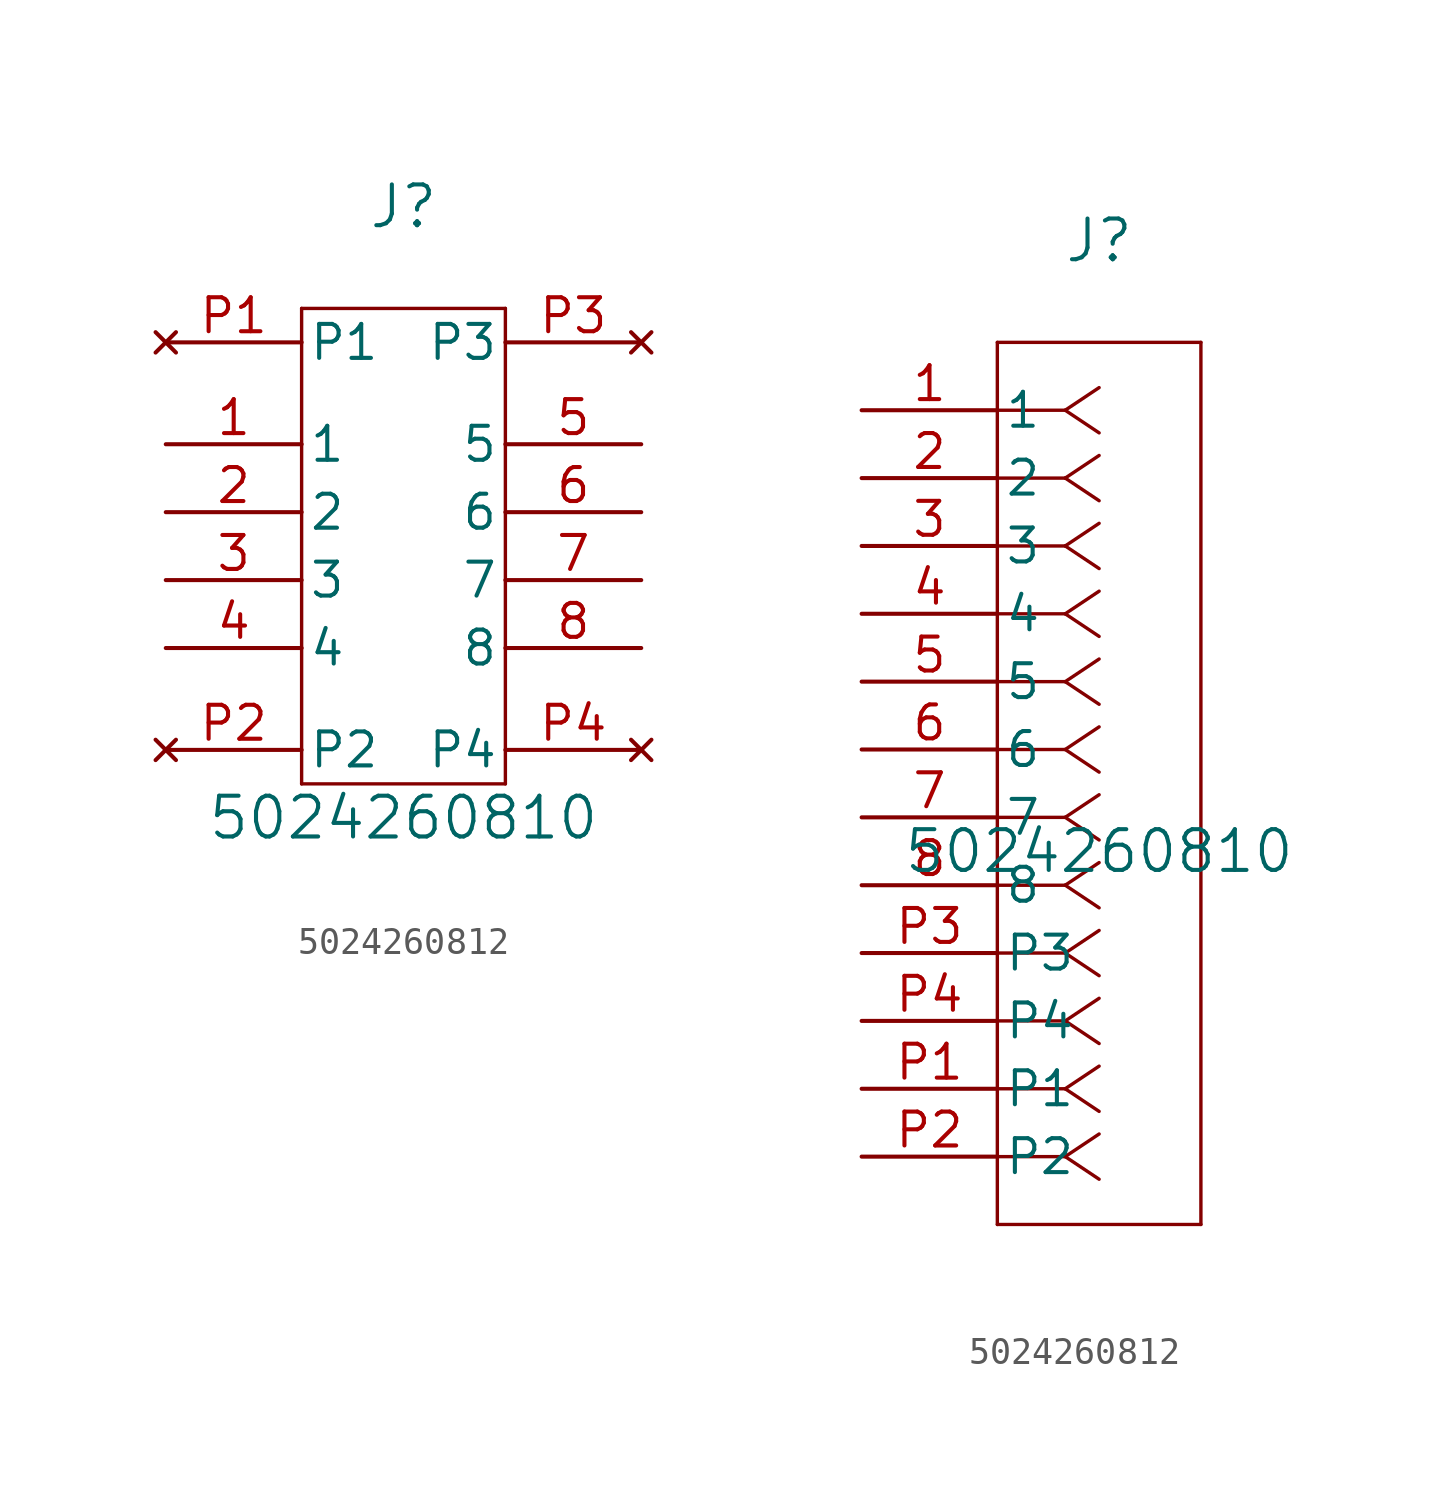
<source format=kicad_sym>
(kicad_symbol_lib
  (version 20220914)
  (generator kicad_symbol_editor)
  (symbol "5024260812"
    (pin_names
      (offset 0.254))
    (property "Reference" "J"
      (at 8.89 6.35 0)
      (effects (font (size 1.524 1.524))))
    (property "Value" "5024260810"
      (at 8.89 -16.51 0)
      (effects (font (size 1.524 1.524))))
    (property "ki_locked" ""
      (at 0 0 0)
      (effects (font (size 1.27 1.27))))
    (symbol "5024260812_1_1"
      (polyline (pts (xy 5.08 -15.24) (xy 12.7 -15.24)) (stroke (width 0.127) (type default)) (fill (type none)))
      (polyline (pts (xy 5.08 2.54) (xy 5.08 -15.24)) (stroke (width 0.127) (type default)) (fill (type none)))
      (polyline (pts (xy 12.7 -15.24) (xy 12.7 2.54)) (stroke (width 0.127) (type default)) (fill (type none)))
      (polyline (pts (xy 12.7 2.54) (xy 5.08 2.54)) (stroke (width 0.127) (type default)) (fill (type none)))
      (pin power_in line (at 0 -2.54 0) (length 5.08) (name "1" (effects (font (size 1.27 1.27)))) (number "1" (effects (font (size 1.27 1.27)))))
      (pin unspecified line (at 0 -5.08 0) (length 5.08) (name "2" (effects (font (size 1.27 1.27)))) (number "2" (effects (font (size 1.27 1.27)))))
      (pin unspecified line (at 0 -7.62 0) (length 5.08) (name "3" (effects (font (size 1.27 1.27)))) (number "3" (effects (font (size 1.27 1.27)))))
      (pin unspecified line (at 0 -10.16 0) (length 5.08) (name "4" (effects (font (size 1.27 1.27)))) (number "4" (effects (font (size 1.27 1.27)))))
      (pin unspecified line (at 17.78 -2.54 180) (length 5.08) (name "5" (effects (font (size 1.27 1.27)))) (number "5" (effects (font (size 1.27 1.27)))))
      (pin power_in line (at 17.78 -5.08 180) (length 5.08) (name "6" (effects (font (size 1.27 1.27)))) (number "6" (effects (font (size 1.27 1.27)))))
      (pin unspecified line (at 17.78 -7.62 180) (length 5.08) (name "7" (effects (font (size 1.27 1.27)))) (number "7" (effects (font (size 1.27 1.27)))))
      (pin unspecified line (at 17.78 -10.16 180) (length 5.08) (name "8" (effects (font (size 1.27 1.27)))) (number "8" (effects (font (size 1.27 1.27)))))
      (pin no_connect line (at 0 1.27 0) (length 5.08) (name "P1" (effects (font (size 1.27 1.27)))) (number "P1" (effects (font (size 1.27 1.27)))))
      (pin no_connect line (at 0 -13.97 0) (length 5.08) (name "P2" (effects (font (size 1.27 1.27)))) (number "P2" (effects (font (size 1.27 1.27)))))
      (pin no_connect line (at 17.78 1.27 180) (length 5.08) (name "P3" (effects (font (size 1.27 1.27)))) (number "P3" (effects (font (size 1.27 1.27)))))
      (pin no_connect line (at 17.78 -13.97 180) (length 5.08) (name "P4" (effects (font (size 1.27 1.27)))) (number "P4" (effects (font (size 1.27 1.27))))))
    (symbol "5024260812_1_2"
      (polyline (pts (xy 5.08 -30.48) (xy 12.7 -30.48)) (stroke (width 0.127) (type default)) (fill (type none)))
      (polyline (pts (xy 5.08 2.54) (xy 5.08 -30.48)) (stroke (width 0.127) (type default)) (fill (type none)))
      (polyline (pts (xy 7.62 -27.94) (xy 5.08 -27.94)) (stroke (width 0.127) (type default)) (fill (type none)))
      (polyline (pts (xy 7.62 -27.94) (xy 8.89 -28.787)) (stroke (width 0.127) (type default)) (fill (type none)))
      (polyline (pts (xy 7.62 -27.94) (xy 8.89 -27.093)) (stroke (width 0.127) (type default)) (fill (type none)))
      (polyline (pts (xy 7.62 -25.4) (xy 5.08 -25.4)) (stroke (width 0.127) (type default)) (fill (type none)))
      (polyline (pts (xy 7.62 -25.4) (xy 8.89 -26.247)) (stroke (width 0.127) (type default)) (fill (type none)))
      (polyline (pts (xy 7.62 -25.4) (xy 8.89 -24.553)) (stroke (width 0.127) (type default)) (fill (type none)))
      (polyline (pts (xy 7.62 -22.86) (xy 5.08 -22.86)) (stroke (width 0.127) (type default)) (fill (type none)))
      (polyline (pts (xy 7.62 -22.86) (xy 8.89 -23.707)) (stroke (width 0.127) (type default)) (fill (type none)))
      (polyline (pts (xy 7.62 -22.86) (xy 8.89 -22.013)) (stroke (width 0.127) (type default)) (fill (type none)))
      (polyline (pts (xy 7.62 -20.32) (xy 5.08 -20.32)) (stroke (width 0.127) (type default)) (fill (type none)))
      (polyline (pts (xy 7.62 -20.32) (xy 8.89 -21.167)) (stroke (width 0.127) (type default)) (fill (type none)))
      (polyline (pts (xy 7.62 -20.32) (xy 8.89 -19.473)) (stroke (width 0.127) (type default)) (fill (type none)))
      (polyline (pts (xy 7.62 -17.78) (xy 5.08 -17.78)) (stroke (width 0.127) (type default)) (fill (type none)))
      (polyline (pts (xy 7.62 -17.78) (xy 8.89 -18.627)) (stroke (width 0.127) (type default)) (fill (type none)))
      (polyline (pts (xy 7.62 -17.78) (xy 8.89 -16.933)) (stroke (width 0.127) (type default)) (fill (type none)))
      (polyline (pts (xy 7.62 -15.24) (xy 5.08 -15.24)) (stroke (width 0.127) (type default)) (fill (type none)))
      (polyline (pts (xy 7.62 -15.24) (xy 8.89 -16.087)) (stroke (width 0.127) (type default)) (fill (type none)))
      (polyline (pts (xy 7.62 -15.24) (xy 8.89 -14.393)) (stroke (width 0.127) (type default)) (fill (type none)))
      (polyline (pts (xy 7.62 -12.7) (xy 5.08 -12.7)) (stroke (width 0.127) (type default)) (fill (type none)))
      (polyline (pts (xy 7.62 -12.7) (xy 8.89 -13.547)) (stroke (width 0.127) (type default)) (fill (type none)))
      (polyline (pts (xy 7.62 -12.7) (xy 8.89 -11.853)) (stroke (width 0.127) (type default)) (fill (type none)))
      (polyline (pts (xy 7.62 -10.16) (xy 5.08 -10.16)) (stroke (width 0.127) (type default)) (fill (type none)))
      (polyline (pts (xy 7.62 -10.16) (xy 8.89 -11.007)) (stroke (width 0.127) (type default)) (fill (type none)))
      (polyline (pts (xy 7.62 -10.16) (xy 8.89 -9.313)) (stroke (width 0.127) (type default)) (fill (type none)))
      (polyline (pts (xy 7.62 -7.62) (xy 5.08 -7.62)) (stroke (width 0.127) (type default)) (fill (type none)))
      (polyline (pts (xy 7.62 -7.62) (xy 8.89 -8.467)) (stroke (width 0.127) (type default)) (fill (type none)))
      (polyline (pts (xy 7.62 -7.62) (xy 8.89 -6.773)) (stroke (width 0.127) (type default)) (fill (type none)))
      (polyline (pts (xy 7.62 -5.08) (xy 5.08 -5.08)) (stroke (width 0.127) (type default)) (fill (type none)))
      (polyline (pts (xy 7.62 -5.08) (xy 8.89 -5.927)) (stroke (width 0.127) (type default)) (fill (type none)))
      (polyline (pts (xy 7.62 -5.08) (xy 8.89 -4.233)) (stroke (width 0.127) (type default)) (fill (type none)))
      (polyline (pts (xy 7.62 -2.54) (xy 5.08 -2.54)) (stroke (width 0.127) (type default)) (fill (type none)))
      (polyline (pts (xy 7.62 -2.54) (xy 8.89 -3.387)) (stroke (width 0.127) (type default)) (fill (type none)))
      (polyline (pts (xy 7.62 -2.54) (xy 8.89 -1.693)) (stroke (width 0.127) (type default)) (fill (type none)))
      (polyline (pts (xy 7.62 0) (xy 5.08 0)) (stroke (width 0.127) (type default)) (fill (type none)))
      (polyline (pts (xy 7.62 0) (xy 8.89 -0.847)) (stroke (width 0.127) (type default)) (fill (type none)))
      (polyline (pts (xy 7.62 0) (xy 8.89 0.847)) (stroke (width 0.127) (type default)) (fill (type none)))
      (polyline (pts (xy 12.7 -30.48) (xy 12.7 2.54)) (stroke (width 0.127) (type default)) (fill (type none)))
      (polyline (pts (xy 12.7 2.54) (xy 5.08 2.54)) (stroke (width 0.127) (type default)) (fill (type none)))
      (pin unspecified line (at 0 0 0) (length 5.08) (name "1" (effects (font (size 1.27 1.27)))) (number "1" (effects (font (size 1.27 1.27)))))
      (pin unspecified line (at 0 -2.54 0) (length 5.08) (name "2" (effects (font (size 1.27 1.27)))) (number "2" (effects (font (size 1.27 1.27)))))
      (pin unspecified line (at 0 -5.08 0) (length 5.08) (name "3" (effects (font (size 1.27 1.27)))) (number "3" (effects (font (size 1.27 1.27)))))
      (pin unspecified line (at 0 -7.62 0) (length 5.08) (name "4" (effects (font (size 1.27 1.27)))) (number "4" (effects (font (size 1.27 1.27)))))
      (pin unspecified line (at 0 -10.16 0) (length 5.08) (name "5" (effects (font (size 1.27 1.27)))) (number "5" (effects (font (size 1.27 1.27)))))
      (pin unspecified line (at 0 -12.7 0) (length 5.08) (name "6" (effects (font (size 1.27 1.27)))) (number "6" (effects (font (size 1.27 1.27)))))
      (pin unspecified line (at 0 -15.24 0) (length 5.08) (name "7" (effects (font (size 1.27 1.27)))) (number "7" (effects (font (size 1.27 1.27)))))
      (pin unspecified line (at 0 -17.78 0) (length 5.08) (name "8" (effects (font (size 1.27 1.27)))) (number "8" (effects (font (size 1.27 1.27)))))
      (pin unspecified line (at 0 -25.4 0) (length 5.08) (name "P1" (effects (font (size 1.27 1.27)))) (number "P1" (effects (font (size 1.27 1.27)))))
      (pin unspecified line (at 0 -27.94 0) (length 5.08) (name "P2" (effects (font (size 1.27 1.27)))) (number "P2" (effects (font (size 1.27 1.27)))))
      (pin unspecified line (at 0 -20.32 0) (length 5.08) (name "P3" (effects (font (size 1.27 1.27)))) (number "P3" (effects (font (size 1.27 1.27)))))
      (pin unspecified line (at 0 -22.86 0) (length 5.08) (name "P4" (effects (font (size 1.27 1.27)))) (number "P4" (effects (font (size 1.27 1.27))))))))
</source>
